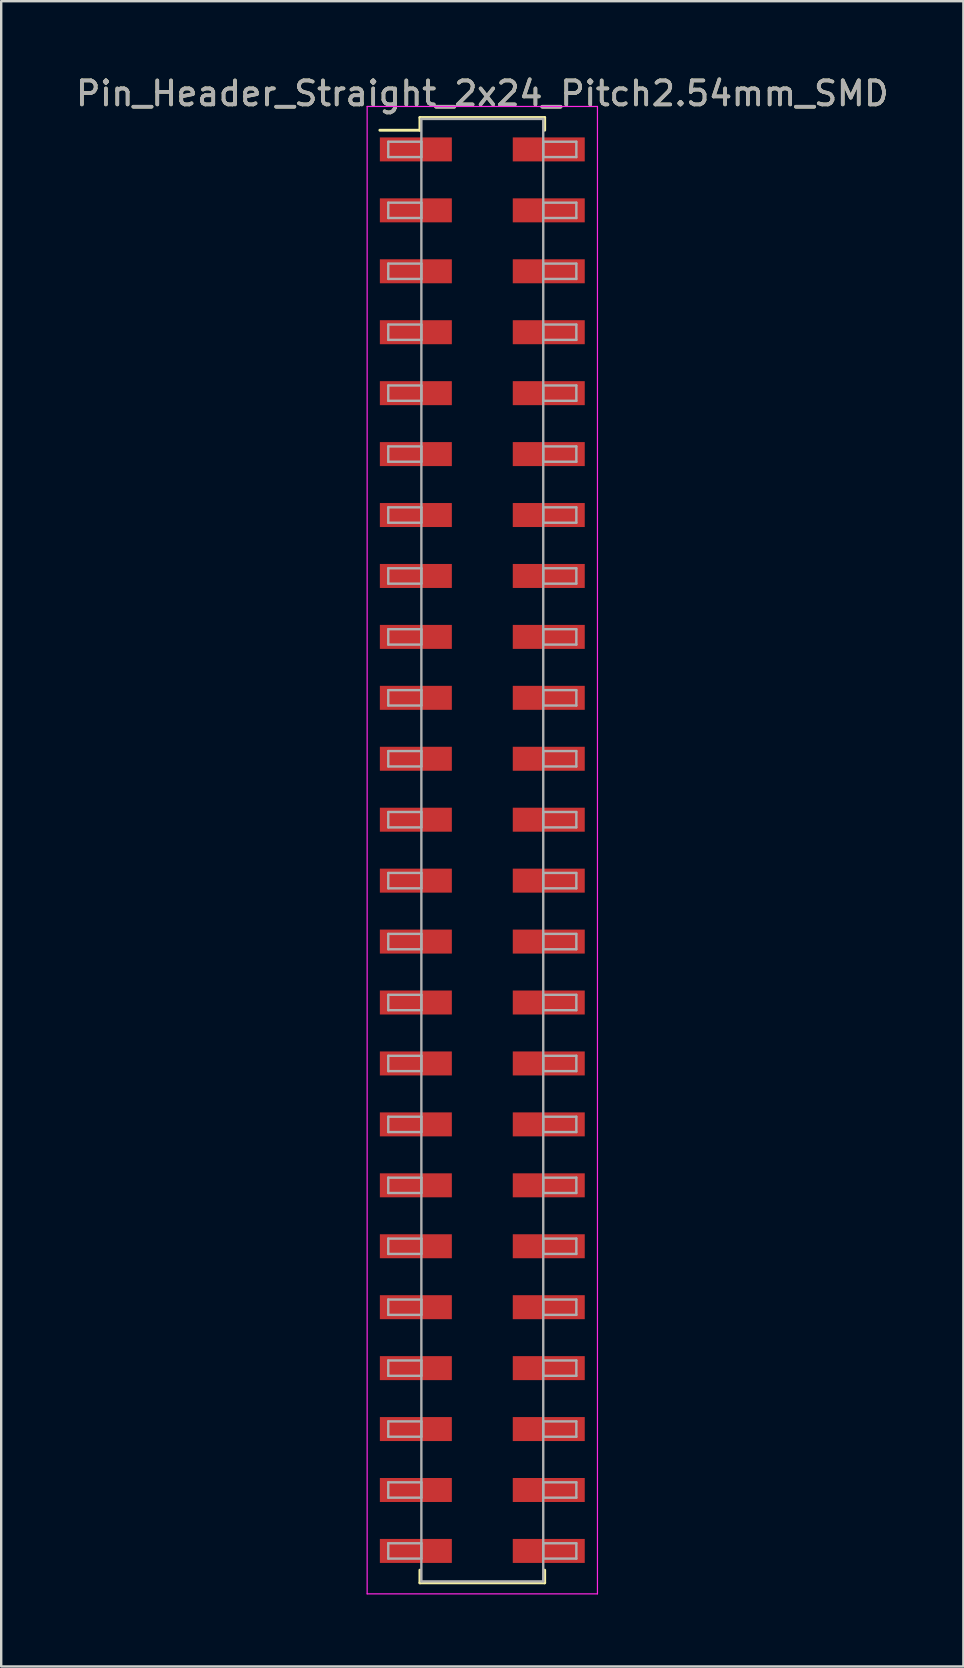
<source format=kicad_pcb>
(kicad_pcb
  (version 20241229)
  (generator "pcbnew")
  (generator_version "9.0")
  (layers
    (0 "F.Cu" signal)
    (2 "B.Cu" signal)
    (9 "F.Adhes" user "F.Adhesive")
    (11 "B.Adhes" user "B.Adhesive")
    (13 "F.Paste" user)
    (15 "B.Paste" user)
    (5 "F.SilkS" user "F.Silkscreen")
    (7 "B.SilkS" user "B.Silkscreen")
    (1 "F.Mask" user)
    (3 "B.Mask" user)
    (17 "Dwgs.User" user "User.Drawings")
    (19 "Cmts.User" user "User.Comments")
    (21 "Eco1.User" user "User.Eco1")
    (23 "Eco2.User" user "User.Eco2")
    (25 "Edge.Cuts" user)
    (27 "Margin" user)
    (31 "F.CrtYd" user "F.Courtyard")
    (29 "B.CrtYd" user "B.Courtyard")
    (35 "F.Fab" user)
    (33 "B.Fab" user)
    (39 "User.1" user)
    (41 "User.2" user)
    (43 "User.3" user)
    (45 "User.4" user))
  (footprint "Pin_Header_Straight_2x24_Pitch2.54mm_SMD"
    (layer "F.Cu")
    (at 17.054 32.388)
    (property "Reference" "Pin_Header_Straight_2x24_Pitch2.54mm_SMD" (at 0 -31.54 0) (layer "F.SilkS") (effects (font (size 1 1) (thickness 0.15))))
    (attr smd)
    (fp_line (start -4.27 -30.01) (end -2.6 -30.01) (stroke (width 0.12) (type solid)) (layer "F.SilkS"))
    (fp_line (start -2.6 -30.54) (end 2.6 -30.54) (stroke (width 0.12) (type solid)) (layer "F.SilkS"))
    (fp_line (start -2.6 -30.01) (end -2.6 -30.54) (stroke (width 0.12) (type solid)) (layer "F.SilkS"))
    (fp_line (start -2.6 30.01) (end -2.6 30.54) (stroke (width 0.12) (type solid)) (layer "F.SilkS"))
    (fp_line (start -2.6 30.54) (end 2.6 30.54) (stroke (width 0.12) (type solid)) (layer "F.SilkS"))
    (fp_line (start 2.6 -30.54) (end 2.6 -30.01) (stroke (width 0.12) (type solid)) (layer "F.SilkS"))
    (fp_line (start 2.6 30.54) (end 2.6 30.01) (stroke (width 0.12) (type solid)) (layer "F.SilkS"))
    (fp_line (start -4.8 -31) (end -4.8 31) (stroke (width 0.05) (type solid)) (layer "F.CrtYd"))
    (fp_line (start -4.8 31) (end 4.8 31) (stroke (width 0.05) (type solid)) (layer "F.CrtYd"))
    (fp_line (start 4.8 -31) (end -4.8 -31) (stroke (width 0.05) (type solid)) (layer "F.CrtYd"))
    (fp_line (start 4.8 31) (end 4.8 -31) (stroke (width 0.05) (type solid)) (layer "F.CrtYd"))
    (fp_line (start -3.92 -29.53) (end -2.54 -29.53) (stroke (width 0.1) (type solid)) (layer "F.Fab"))
    (fp_line (start -3.92 -28.89) (end -3.92 -29.53) (stroke (width 0.1) (type solid)) (layer "F.Fab"))
    (fp_line (start -3.92 -26.99) (end -2.54 -26.99) (stroke (width 0.1) (type solid)) (layer "F.Fab"))
    (fp_line (start -3.92 -26.35) (end -3.92 -26.99) (stroke (width 0.1) (type solid)) (layer "F.Fab"))
    (fp_line (start -3.92 -24.45) (end -2.54 -24.45) (stroke (width 0.1) (type solid)) (layer "F.Fab"))
    (fp_line (start -3.92 -23.81) (end -3.92 -24.45) (stroke (width 0.1) (type solid)) (layer "F.Fab"))
    (fp_line (start -3.92 -21.91) (end -2.54 -21.91) (stroke (width 0.1) (type solid)) (layer "F.Fab"))
    (fp_line (start -3.92 -21.27) (end -3.92 -21.91) (stroke (width 0.1) (type solid)) (layer "F.Fab"))
    (fp_line (start -3.92 -19.37) (end -2.54 -19.37) (stroke (width 0.1) (type solid)) (layer "F.Fab"))
    (fp_line (start -3.92 -18.73) (end -3.92 -19.37) (stroke (width 0.1) (type solid)) (layer "F.Fab"))
    (fp_line (start -3.92 -16.83) (end -2.54 -16.83) (stroke (width 0.1) (type solid)) (layer "F.Fab"))
    (fp_line (start -3.92 -16.19) (end -3.92 -16.83) (stroke (width 0.1) (type solid)) (layer "F.Fab"))
    (fp_line (start -3.92 -14.29) (end -2.54 -14.29) (stroke (width 0.1) (type solid)) (layer "F.Fab"))
    (fp_line (start -3.92 -13.65) (end -3.92 -14.29) (stroke (width 0.1) (type solid)) (layer "F.Fab"))
    (fp_line (start -3.92 -11.75) (end -2.54 -11.75) (stroke (width 0.1) (type solid)) (layer "F.Fab"))
    (fp_line (start -3.92 -11.11) (end -3.92 -11.75) (stroke (width 0.1) (type solid)) (layer "F.Fab"))
    (fp_line (start -3.92 -9.21) (end -2.54 -9.21) (stroke (width 0.1) (type solid)) (layer "F.Fab"))
    (fp_line (start -3.92 -8.57) (end -3.92 -9.21) (stroke (width 0.1) (type solid)) (layer "F.Fab"))
    (fp_line (start -3.92 -6.67) (end -2.54 -6.67) (stroke (width 0.1) (type solid)) (layer "F.Fab"))
    (fp_line (start -3.92 -6.03) (end -3.92 -6.67) (stroke (width 0.1) (type solid)) (layer "F.Fab"))
    (fp_line (start -3.92 -4.13) (end -2.54 -4.13) (stroke (width 0.1) (type solid)) (layer "F.Fab"))
    (fp_line (start -3.92 -3.49) (end -3.92 -4.13) (stroke (width 0.1) (type solid)) (layer "F.Fab"))
    (fp_line (start -3.92 -1.59) (end -2.54 -1.59) (stroke (width 0.1) (type solid)) (layer "F.Fab"))
    (fp_line (start -3.92 -0.95) (end -3.92 -1.59) (stroke (width 0.1) (type solid)) (layer "F.Fab"))
    (fp_line (start -3.92 0.95) (end -2.54 0.95) (stroke (width 0.1) (type solid)) (layer "F.Fab"))
    (fp_line (start -3.92 1.59) (end -3.92 0.95) (stroke (width 0.1) (type solid)) (layer "F.Fab"))
    (fp_line (start -3.92 3.49) (end -2.54 3.49) (stroke (width 0.1) (type solid)) (layer "F.Fab"))
    (fp_line (start -3.92 4.13) (end -3.92 3.49) (stroke (width 0.1) (type solid)) (layer "F.Fab"))
    (fp_line (start -3.92 6.03) (end -2.54 6.03) (stroke (width 0.1) (type solid)) (layer "F.Fab"))
    (fp_line (start -3.92 6.67) (end -3.92 6.03) (stroke (width 0.1) (type solid)) (layer "F.Fab"))
    (fp_line (start -3.92 8.57) (end -2.54 8.57) (stroke (width 0.1) (type solid)) (layer "F.Fab"))
    (fp_line (start -3.92 9.21) (end -3.92 8.57) (stroke (width 0.1) (type solid)) (layer "F.Fab"))
    (fp_line (start -3.92 11.11) (end -2.54 11.11) (stroke (width 0.1) (type solid)) (layer "F.Fab"))
    (fp_line (start -3.92 11.75) (end -3.92 11.11) (stroke (width 0.1) (type solid)) (layer "F.Fab"))
    (fp_line (start -3.92 13.65) (end -2.54 13.65) (stroke (width 0.1) (type solid)) (layer "F.Fab"))
    (fp_line (start -3.92 14.29) (end -3.92 13.65) (stroke (width 0.1) (type solid)) (layer "F.Fab"))
    (fp_line (start -3.92 16.19) (end -2.54 16.19) (stroke (width 0.1) (type solid)) (layer "F.Fab"))
    (fp_line (start -3.92 16.83) (end -3.92 16.19) (stroke (width 0.1) (type solid)) (layer "F.Fab"))
    (fp_line (start -3.92 18.73) (end -2.54 18.73) (stroke (width 0.1) (type solid)) (layer "F.Fab"))
    (fp_line (start -3.92 19.37) (end -3.92 18.73) (stroke (width 0.1) (type solid)) (layer "F.Fab"))
    (fp_line (start -3.92 21.27) (end -2.54 21.27) (stroke (width 0.1) (type solid)) (layer "F.Fab"))
    (fp_line (start -3.92 21.91) (end -3.92 21.27) (stroke (width 0.1) (type solid)) (layer "F.Fab"))
    (fp_line (start -3.92 23.81) (end -2.54 23.81) (stroke (width 0.1) (type solid)) (layer "F.Fab"))
    (fp_line (start -3.92 24.45) (end -3.92 23.81) (stroke (width 0.1) (type solid)) (layer "F.Fab"))
    (fp_line (start -3.92 26.35) (end -2.54 26.35) (stroke (width 0.1) (type solid)) (layer "F.Fab"))
    (fp_line (start -3.92 26.99) (end -3.92 26.35) (stroke (width 0.1) (type solid)) (layer "F.Fab"))
    (fp_line (start -3.92 28.89) (end -2.54 28.89) (stroke (width 0.1) (type solid)) (layer "F.Fab"))
    (fp_line (start -3.92 29.53) (end -3.92 28.89) (stroke (width 0.1) (type solid)) (layer "F.Fab"))
    (fp_line (start -2.54 -30.48) (end -2.54 30.48) (stroke (width 0.1) (type solid)) (layer "F.Fab"))
    (fp_line (start -2.54 -29.53) (end -2.54 -28.89) (stroke (width 0.1) (type solid)) (layer "F.Fab"))
    (fp_line (start -2.54 -28.89) (end -3.92 -28.89) (stroke (width 0.1) (type solid)) (layer "F.Fab"))
    (fp_line (start -2.54 -26.99) (end -2.54 -26.35) (stroke (width 0.1) (type solid)) (layer "F.Fab"))
    (fp_line (start -2.54 -26.35) (end -3.92 -26.35) (stroke (width 0.1) (type solid)) (layer "F.Fab"))
    (fp_line (start -2.54 -24.45) (end -2.54 -23.81) (stroke (width 0.1) (type solid)) (layer "F.Fab"))
    (fp_line (start -2.54 -23.81) (end -3.92 -23.81) (stroke (width 0.1) (type solid)) (layer "F.Fab"))
    (fp_line (start -2.54 -21.91) (end -2.54 -21.27) (stroke (width 0.1) (type solid)) (layer "F.Fab"))
    (fp_line (start -2.54 -21.27) (end -3.92 -21.27) (stroke (width 0.1) (type solid)) (layer "F.Fab"))
    (fp_line (start -2.54 -19.37) (end -2.54 -18.73) (stroke (width 0.1) (type solid)) (layer "F.Fab"))
    (fp_line (start -2.54 -18.73) (end -3.92 -18.73) (stroke (width 0.1) (type solid)) (layer "F.Fab"))
    (fp_line (start -2.54 -16.83) (end -2.54 -16.19) (stroke (width 0.1) (type solid)) (layer "F.Fab"))
    (fp_line (start -2.54 -16.19) (end -3.92 -16.19) (stroke (width 0.1) (type solid)) (layer "F.Fab"))
    (fp_line (start -2.54 -14.29) (end -2.54 -13.65) (stroke (width 0.1) (type solid)) (layer "F.Fab"))
    (fp_line (start -2.54 -13.65) (end -3.92 -13.65) (stroke (width 0.1) (type solid)) (layer "F.Fab"))
    (fp_line (start -2.54 -11.75) (end -2.54 -11.11) (stroke (width 0.1) (type solid)) (layer "F.Fab"))
    (fp_line (start -2.54 -11.11) (end -3.92 -11.11) (stroke (width 0.1) (type solid)) (layer "F.Fab"))
    (fp_line (start -2.54 -9.21) (end -2.54 -8.57) (stroke (width 0.1) (type solid)) (layer "F.Fab"))
    (fp_line (start -2.54 -8.57) (end -3.92 -8.57) (stroke (width 0.1) (type solid)) (layer "F.Fab"))
    (fp_line (start -2.54 -6.67) (end -2.54 -6.03) (stroke (width 0.1) (type solid)) (layer "F.Fab"))
    (fp_line (start -2.54 -6.03) (end -3.92 -6.03) (stroke (width 0.1) (type solid)) (layer "F.Fab"))
    (fp_line (start -2.54 -4.13) (end -2.54 -3.49) (stroke (width 0.1) (type solid)) (layer "F.Fab"))
    (fp_line (start -2.54 -3.49) (end -3.92 -3.49) (stroke (width 0.1) (type solid)) (layer "F.Fab"))
    (fp_line (start -2.54 -1.59) (end -2.54 -0.95) (stroke (width 0.1) (type solid)) (layer "F.Fab"))
    (fp_line (start -2.54 -0.95) (end -3.92 -0.95) (stroke (width 0.1) (type solid)) (layer "F.Fab"))
    (fp_line (start -2.54 0.95) (end -2.54 1.59) (stroke (width 0.1) (type solid)) (layer "F.Fab"))
    (fp_line (start -2.54 1.59) (end -3.92 1.59) (stroke (width 0.1) (type solid)) (layer "F.Fab"))
    (fp_line (start -2.54 3.49) (end -2.54 4.13) (stroke (width 0.1) (type solid)) (layer "F.Fab"))
    (fp_line (start -2.54 4.13) (end -3.92 4.13) (stroke (width 0.1) (type solid)) (layer "F.Fab"))
    (fp_line (start -2.54 6.03) (end -2.54 6.67) (stroke (width 0.1) (type solid)) (layer "F.Fab"))
    (fp_line (start -2.54 6.67) (end -3.92 6.67) (stroke (width 0.1) (type solid)) (layer "F.Fab"))
    (fp_line (start -2.54 8.57) (end -2.54 9.21) (stroke (width 0.1) (type solid)) (layer "F.Fab"))
    (fp_line (start -2.54 9.21) (end -3.92 9.21) (stroke (width 0.1) (type solid)) (layer "F.Fab"))
    (fp_line (start -2.54 11.11) (end -2.54 11.75) (stroke (width 0.1) (type solid)) (layer "F.Fab"))
    (fp_line (start -2.54 11.75) (end -3.92 11.75) (stroke (width 0.1) (type solid)) (layer "F.Fab"))
    (fp_line (start -2.54 13.65) (end -2.54 14.29) (stroke (width 0.1) (type solid)) (layer "F.Fab"))
    (fp_line (start -2.54 14.29) (end -3.92 14.29) (stroke (width 0.1) (type solid)) (layer "F.Fab"))
    (fp_line (start -2.54 16.19) (end -2.54 16.83) (stroke (width 0.1) (type solid)) (layer "F.Fab"))
    (fp_line (start -2.54 16.83) (end -3.92 16.83) (stroke (width 0.1) (type solid)) (layer "F.Fab"))
    (fp_line (start -2.54 18.73) (end -2.54 19.37) (stroke (width 0.1) (type solid)) (layer "F.Fab"))
    (fp_line (start -2.54 19.37) (end -3.92 19.37) (stroke (width 0.1) (type solid)) (layer "F.Fab"))
    (fp_line (start -2.54 21.27) (end -2.54 21.91) (stroke (width 0.1) (type solid)) (layer "F.Fab"))
    (fp_line (start -2.54 21.91) (end -3.92 21.91) (stroke (width 0.1) (type solid)) (layer "F.Fab"))
    (fp_line (start -2.54 23.81) (end -2.54 24.45) (stroke (width 0.1) (type solid)) (layer "F.Fab"))
    (fp_line (start -2.54 24.45) (end -3.92 24.45) (stroke (width 0.1) (type solid)) (layer "F.Fab"))
    (fp_line (start -2.54 26.35) (end -2.54 26.99) (stroke (width 0.1) (type solid)) (layer "F.Fab"))
    (fp_line (start -2.54 26.99) (end -3.92 26.99) (stroke (width 0.1) (type solid)) (layer "F.Fab"))
    (fp_line (start -2.54 28.89) (end -2.54 29.53) (stroke (width 0.1) (type solid)) (layer "F.Fab"))
    (fp_line (start -2.54 29.53) (end -3.92 29.53) (stroke (width 0.1) (type solid)) (layer "F.Fab"))
    (fp_line (start -2.54 30.48) (end 2.54 30.48) (stroke (width 0.1) (type solid)) (layer "F.Fab"))
    (fp_line (start 2.54 -30.48) (end -2.54 -30.48) (stroke (width 0.1) (type solid)) (layer "F.Fab"))
    (fp_line (start 2.54 -29.53) (end 2.54 -28.89) (stroke (width 0.1) (type solid)) (layer "F.Fab"))
    (fp_line (start 2.54 -28.89) (end 3.92 -28.89) (stroke (width 0.1) (type solid)) (layer "F.Fab"))
    (fp_line (start 2.54 -26.99) (end 2.54 -26.35) (stroke (width 0.1) (type solid)) (layer "F.Fab"))
    (fp_line (start 2.54 -26.35) (end 3.92 -26.35) (stroke (width 0.1) (type solid)) (layer "F.Fab"))
    (fp_line (start 2.54 -24.45) (end 2.54 -23.81) (stroke (width 0.1) (type solid)) (layer "F.Fab"))
    (fp_line (start 2.54 -23.81) (end 3.92 -23.81) (stroke (width 0.1) (type solid)) (layer "F.Fab"))
    (fp_line (start 2.54 -21.91) (end 2.54 -21.27) (stroke (width 0.1) (type solid)) (layer "F.Fab"))
    (fp_line (start 2.54 -21.27) (end 3.92 -21.27) (stroke (width 0.1) (type solid)) (layer "F.Fab"))
    (fp_line (start 2.54 -19.37) (end 2.54 -18.73) (stroke (width 0.1) (type solid)) (layer "F.Fab"))
    (fp_line (start 2.54 -18.73) (end 3.92 -18.73) (stroke (width 0.1) (type solid)) (layer "F.Fab"))
    (fp_line (start 2.54 -16.83) (end 2.54 -16.19) (stroke (width 0.1) (type solid)) (layer "F.Fab"))
    (fp_line (start 2.54 -16.19) (end 3.92 -16.19) (stroke (width 0.1) (type solid)) (layer "F.Fab"))
    (fp_line (start 2.54 -14.29) (end 2.54 -13.65) (stroke (width 0.1) (type solid)) (layer "F.Fab"))
    (fp_line (start 2.54 -13.65) (end 3.92 -13.65) (stroke (width 0.1) (type solid)) (layer "F.Fab"))
    (fp_line (start 2.54 -11.75) (end 2.54 -11.11) (stroke (width 0.1) (type solid)) (layer "F.Fab"))
    (fp_line (start 2.54 -11.11) (end 3.92 -11.11) (stroke (width 0.1) (type solid)) (layer "F.Fab"))
    (fp_line (start 2.54 -9.21) (end 2.54 -8.57) (stroke (width 0.1) (type solid)) (layer "F.Fab"))
    (fp_line (start 2.54 -8.57) (end 3.92 -8.57) (stroke (width 0.1) (type solid)) (layer "F.Fab"))
    (fp_line (start 2.54 -6.67) (end 2.54 -6.03) (stroke (width 0.1) (type solid)) (layer "F.Fab"))
    (fp_line (start 2.54 -6.03) (end 3.92 -6.03) (stroke (width 0.1) (type solid)) (layer "F.Fab"))
    (fp_line (start 2.54 -4.13) (end 2.54 -3.49) (stroke (width 0.1) (type solid)) (layer "F.Fab"))
    (fp_line (start 2.54 -3.49) (end 3.92 -3.49) (stroke (width 0.1) (type solid)) (layer "F.Fab"))
    (fp_line (start 2.54 -1.59) (end 2.54 -0.95) (stroke (width 0.1) (type solid)) (layer "F.Fab"))
    (fp_line (start 2.54 -0.95) (end 3.92 -0.95) (stroke (width 0.1) (type solid)) (layer "F.Fab"))
    (fp_line (start 2.54 0.95) (end 2.54 1.59) (stroke (width 0.1) (type solid)) (layer "F.Fab"))
    (fp_line (start 2.54 1.59) (end 3.92 1.59) (stroke (width 0.1) (type solid)) (layer "F.Fab"))
    (fp_line (start 2.54 3.49) (end 2.54 4.13) (stroke (width 0.1) (type solid)) (layer "F.Fab"))
    (fp_line (start 2.54 4.13) (end 3.92 4.13) (stroke (width 0.1) (type solid)) (layer "F.Fab"))
    (fp_line (start 2.54 6.03) (end 2.54 6.67) (stroke (width 0.1) (type solid)) (layer "F.Fab"))
    (fp_line (start 2.54 6.67) (end 3.92 6.67) (stroke (width 0.1) (type solid)) (layer "F.Fab"))
    (fp_line (start 2.54 8.57) (end 2.54 9.21) (stroke (width 0.1) (type solid)) (layer "F.Fab"))
    (fp_line (start 2.54 9.21) (end 3.92 9.21) (stroke (width 0.1) (type solid)) (layer "F.Fab"))
    (fp_line (start 2.54 11.11) (end 2.54 11.75) (stroke (width 0.1) (type solid)) (layer "F.Fab"))
    (fp_line (start 2.54 11.75) (end 3.92 11.75) (stroke (width 0.1) (type solid)) (layer "F.Fab"))
    (fp_line (start 2.54 13.65) (end 2.54 14.29) (stroke (width 0.1) (type solid)) (layer "F.Fab"))
    (fp_line (start 2.54 14.29) (end 3.92 14.29) (stroke (width 0.1) (type solid)) (layer "F.Fab"))
    (fp_line (start 2.54 16.19) (end 2.54 16.83) (stroke (width 0.1) (type solid)) (layer "F.Fab"))
    (fp_line (start 2.54 16.83) (end 3.92 16.83) (stroke (width 0.1) (type solid)) (layer "F.Fab"))
    (fp_line (start 2.54 18.73) (end 2.54 19.37) (stroke (width 0.1) (type solid)) (layer "F.Fab"))
    (fp_line (start 2.54 19.37) (end 3.92 19.37) (stroke (width 0.1) (type solid)) (layer "F.Fab"))
    (fp_line (start 2.54 21.27) (end 2.54 21.91) (stroke (width 0.1) (type solid)) (layer "F.Fab"))
    (fp_line (start 2.54 21.91) (end 3.92 21.91) (stroke (width 0.1) (type solid)) (layer "F.Fab"))
    (fp_line (start 2.54 23.81) (end 2.54 24.45) (stroke (width 0.1) (type solid)) (layer "F.Fab"))
    (fp_line (start 2.54 24.45) (end 3.92 24.45) (stroke (width 0.1) (type solid)) (layer "F.Fab"))
    (fp_line (start 2.54 26.35) (end 2.54 26.99) (stroke (width 0.1) (type solid)) (layer "F.Fab"))
    (fp_line (start 2.54 26.99) (end 3.92 26.99) (stroke (width 0.1) (type solid)) (layer "F.Fab"))
    (fp_line (start 2.54 28.89) (end 2.54 29.53) (stroke (width 0.1) (type solid)) (layer "F.Fab"))
    (fp_line (start 2.54 29.53) (end 3.92 29.53) (stroke (width 0.1) (type solid)) (layer "F.Fab"))
    (fp_line (start 2.54 30.48) (end 2.54 -30.48) (stroke (width 0.1) (type solid)) (layer "F.Fab"))
    (fp_line (start 3.92 -29.53) (end 2.54 -29.53) (stroke (width 0.1) (type solid)) (layer "F.Fab"))
    (fp_line (start 3.92 -28.89) (end 3.92 -29.53) (stroke (width 0.1) (type solid)) (layer "F.Fab"))
    (fp_line (start 3.92 -26.99) (end 2.54 -26.99) (stroke (width 0.1) (type solid)) (layer "F.Fab"))
    (fp_line (start 3.92 -26.35) (end 3.92 -26.99) (stroke (width 0.1) (type solid)) (layer "F.Fab"))
    (fp_line (start 3.92 -24.45) (end 2.54 -24.45) (stroke (width 0.1) (type solid)) (layer "F.Fab"))
    (fp_line (start 3.92 -23.81) (end 3.92 -24.45) (stroke (width 0.1) (type solid)) (layer "F.Fab"))
    (fp_line (start 3.92 -21.91) (end 2.54 -21.91) (stroke (width 0.1) (type solid)) (layer "F.Fab"))
    (fp_line (start 3.92 -21.27) (end 3.92 -21.91) (stroke (width 0.1) (type solid)) (layer "F.Fab"))
    (fp_line (start 3.92 -19.37) (end 2.54 -19.37) (stroke (width 0.1) (type solid)) (layer "F.Fab"))
    (fp_line (start 3.92 -18.73) (end 3.92 -19.37) (stroke (width 0.1) (type solid)) (layer "F.Fab"))
    (fp_line (start 3.92 -16.83) (end 2.54 -16.83) (stroke (width 0.1) (type solid)) (layer "F.Fab"))
    (fp_line (start 3.92 -16.19) (end 3.92 -16.83) (stroke (width 0.1) (type solid)) (layer "F.Fab"))
    (fp_line (start 3.92 -14.29) (end 2.54 -14.29) (stroke (width 0.1) (type solid)) (layer "F.Fab"))
    (fp_line (start 3.92 -13.65) (end 3.92 -14.29) (stroke (width 0.1) (type solid)) (layer "F.Fab"))
    (fp_line (start 3.92 -11.75) (end 2.54 -11.75) (stroke (width 0.1) (type solid)) (layer "F.Fab"))
    (fp_line (start 3.92 -11.11) (end 3.92 -11.75) (stroke (width 0.1) (type solid)) (layer "F.Fab"))
    (fp_line (start 3.92 -9.21) (end 2.54 -9.21) (stroke (width 0.1) (type solid)) (layer "F.Fab"))
    (fp_line (start 3.92 -8.57) (end 3.92 -9.21) (stroke (width 0.1) (type solid)) (layer "F.Fab"))
    (fp_line (start 3.92 -6.67) (end 2.54 -6.67) (stroke (width 0.1) (type solid)) (layer "F.Fab"))
    (fp_line (start 3.92 -6.03) (end 3.92 -6.67) (stroke (width 0.1) (type solid)) (layer "F.Fab"))
    (fp_line (start 3.92 -4.13) (end 2.54 -4.13) (stroke (width 0.1) (type solid)) (layer "F.Fab"))
    (fp_line (start 3.92 -3.49) (end 3.92 -4.13) (stroke (width 0.1) (type solid)) (layer "F.Fab"))
    (fp_line (start 3.92 -1.59) (end 2.54 -1.59) (stroke (width 0.1) (type solid)) (layer "F.Fab"))
    (fp_line (start 3.92 -0.95) (end 3.92 -1.59) (stroke (width 0.1) (type solid)) (layer "F.Fab"))
    (fp_line (start 3.92 0.95) (end 2.54 0.95) (stroke (width 0.1) (type solid)) (layer "F.Fab"))
    (fp_line (start 3.92 1.59) (end 3.92 0.95) (stroke (width 0.1) (type solid)) (layer "F.Fab"))
    (fp_line (start 3.92 3.49) (end 2.54 3.49) (stroke (width 0.1) (type solid)) (layer "F.Fab"))
    (fp_line (start 3.92 4.13) (end 3.92 3.49) (stroke (width 0.1) (type solid)) (layer "F.Fab"))
    (fp_line (start 3.92 6.03) (end 2.54 6.03) (stroke (width 0.1) (type solid)) (layer "F.Fab"))
    (fp_line (start 3.92 6.67) (end 3.92 6.03) (stroke (width 0.1) (type solid)) (layer "F.Fab"))
    (fp_line (start 3.92 8.57) (end 2.54 8.57) (stroke (width 0.1) (type solid)) (layer "F.Fab"))
    (fp_line (start 3.92 9.21) (end 3.92 8.57) (stroke (width 0.1) (type solid)) (layer "F.Fab"))
    (fp_line (start 3.92 11.11) (end 2.54 11.11) (stroke (width 0.1) (type solid)) (layer "F.Fab"))
    (fp_line (start 3.92 11.75) (end 3.92 11.11) (stroke (width 0.1) (type solid)) (layer "F.Fab"))
    (fp_line (start 3.92 13.65) (end 2.54 13.65) (stroke (width 0.1) (type solid)) (layer "F.Fab"))
    (fp_line (start 3.92 14.29) (end 3.92 13.65) (stroke (width 0.1) (type solid)) (layer "F.Fab"))
    (fp_line (start 3.92 16.19) (end 2.54 16.19) (stroke (width 0.1) (type solid)) (layer "F.Fab"))
    (fp_line (start 3.92 16.83) (end 3.92 16.19) (stroke (width 0.1) (type solid)) (layer "F.Fab"))
    (fp_line (start 3.92 18.73) (end 2.54 18.73) (stroke (width 0.1) (type solid)) (layer "F.Fab"))
    (fp_line (start 3.92 19.37) (end 3.92 18.73) (stroke (width 0.1) (type solid)) (layer "F.Fab"))
    (fp_line (start 3.92 21.27) (end 2.54 21.27) (stroke (width 0.1) (type solid)) (layer "F.Fab"))
    (fp_line (start 3.92 21.91) (end 3.92 21.27) (stroke (width 0.1) (type solid)) (layer "F.Fab"))
    (fp_line (start 3.92 23.81) (end 2.54 23.81) (stroke (width 0.1) (type solid)) (layer "F.Fab"))
    (fp_line (start 3.92 24.45) (end 3.92 23.81) (stroke (width 0.1) (type solid)) (layer "F.Fab"))
    (fp_line (start 3.92 26.35) (end 2.54 26.35) (stroke (width 0.1) (type solid)) (layer "F.Fab"))
    (fp_line (start 3.92 26.99) (end 3.92 26.35) (stroke (width 0.1) (type solid)) (layer "F.Fab"))
    (fp_line (start 3.92 28.89) (end 2.54 28.89) (stroke (width 0.1) (type solid)) (layer "F.Fab"))
    (fp_line (start 3.92 29.53) (end 3.92 28.89) (stroke (width 0.1) (type solid)) (layer "F.Fab"))
    (fp_text user "${REFERENCE}" (at 0 -31.54 0) (layer "F.Fab") (effects (font (size 1 1) (thickness 0.15))))
    (pad "1" smd rect (at -2.77 -29.21) (size 3 1) (layers "F.Cu" "F.Mask" "F.Paste"))
    (pad "2" smd rect (at 2.77 -29.21) (size 3 1) (layers "F.Cu" "F.Mask" "F.Paste"))
    (pad "3" smd rect (at -2.77 -26.67) (size 3 1) (layers "F.Cu" "F.Mask" "F.Paste"))
    (pad "4" smd rect (at 2.77 -26.67) (size 3 1) (layers "F.Cu" "F.Mask" "F.Paste"))
    (pad "5" smd rect (at -2.77 -24.13) (size 3 1) (layers "F.Cu" "F.Mask" "F.Paste"))
    (pad "6" smd rect (at 2.77 -24.13) (size 3 1) (layers "F.Cu" "F.Mask" "F.Paste"))
    (pad "7" smd rect (at -2.77 -21.59) (size 3 1) (layers "F.Cu" "F.Mask" "F.Paste"))
    (pad "8" smd rect (at 2.77 -21.59) (size 3 1) (layers "F.Cu" "F.Mask" "F.Paste"))
    (pad "9" smd rect (at -2.77 -19.05) (size 3 1) (layers "F.Cu" "F.Mask" "F.Paste"))
    (pad "10" smd rect (at 2.77 -19.05) (size 3 1) (layers "F.Cu" "F.Mask" "F.Paste"))
    (pad "11" smd rect (at -2.77 -16.51) (size 3 1) (layers "F.Cu" "F.Mask" "F.Paste"))
    (pad "12" smd rect (at 2.77 -16.51) (size 3 1) (layers "F.Cu" "F.Mask" "F.Paste"))
    (pad "13" smd rect (at -2.77 -13.97) (size 3 1) (layers "F.Cu" "F.Mask" "F.Paste"))
    (pad "14" smd rect (at 2.77 -13.97) (size 3 1) (layers "F.Cu" "F.Mask" "F.Paste"))
    (pad "15" smd rect (at -2.77 -11.43) (size 3 1) (layers "F.Cu" "F.Mask" "F.Paste"))
    (pad "16" smd rect (at 2.77 -11.43) (size 3 1) (layers "F.Cu" "F.Mask" "F.Paste"))
    (pad "17" smd rect (at -2.77 -8.89) (size 3 1) (layers "F.Cu" "F.Mask" "F.Paste"))
    (pad "18" smd rect (at 2.77 -8.89) (size 3 1) (layers "F.Cu" "F.Mask" "F.Paste"))
    (pad "19" smd rect (at -2.77 -6.35) (size 3 1) (layers "F.Cu" "F.Mask" "F.Paste"))
    (pad "20" smd rect (at 2.77 -6.35) (size 3 1) (layers "F.Cu" "F.Mask" "F.Paste"))
    (pad "21" smd rect (at -2.77 -3.81) (size 3 1) (layers "F.Cu" "F.Mask" "F.Paste"))
    (pad "22" smd rect (at 2.77 -3.81) (size 3 1) (layers "F.Cu" "F.Mask" "F.Paste"))
    (pad "23" smd rect (at -2.77 -1.27) (size 3 1) (layers "F.Cu" "F.Mask" "F.Paste"))
    (pad "24" smd rect (at 2.77 -1.27) (size 3 1) (layers "F.Cu" "F.Mask" "F.Paste"))
    (pad "25" smd rect (at -2.77 1.27) (size 3 1) (layers "F.Cu" "F.Mask" "F.Paste"))
    (pad "26" smd rect (at 2.77 1.27) (size 3 1) (layers "F.Cu" "F.Mask" "F.Paste"))
    (pad "27" smd rect (at -2.77 3.81) (size 3 1) (layers "F.Cu" "F.Mask" "F.Paste"))
    (pad "28" smd rect (at 2.77 3.81) (size 3 1) (layers "F.Cu" "F.Mask" "F.Paste"))
    (pad "29" smd rect (at -2.77 6.35) (size 3 1) (layers "F.Cu" "F.Mask" "F.Paste"))
    (pad "30" smd rect (at 2.77 6.35) (size 3 1) (layers "F.Cu" "F.Mask" "F.Paste"))
    (pad "31" smd rect (at -2.77 8.89) (size 3 1) (layers "F.Cu" "F.Mask" "F.Paste"))
    (pad "32" smd rect (at 2.77 8.89) (size 3 1) (layers "F.Cu" "F.Mask" "F.Paste"))
    (pad "33" smd rect (at -2.77 11.43) (size 3 1) (layers "F.Cu" "F.Mask" "F.Paste"))
    (pad "34" smd rect (at 2.77 11.43) (size 3 1) (layers "F.Cu" "F.Mask" "F.Paste"))
    (pad "35" smd rect (at -2.77 13.97) (size 3 1) (layers "F.Cu" "F.Mask" "F.Paste"))
    (pad "36" smd rect (at 2.77 13.97) (size 3 1) (layers "F.Cu" "F.Mask" "F.Paste"))
    (pad "37" smd rect (at -2.77 16.51) (size 3 1) (layers "F.Cu" "F.Mask" "F.Paste"))
    (pad "38" smd rect (at 2.77 16.51) (size 3 1) (layers "F.Cu" "F.Mask" "F.Paste"))
    (pad "39" smd rect (at -2.77 19.05) (size 3 1) (layers "F.Cu" "F.Mask" "F.Paste"))
    (pad "40" smd rect (at 2.77 19.05) (size 3 1) (layers "F.Cu" "F.Mask" "F.Paste"))
    (pad "41" smd rect (at -2.77 21.59) (size 3 1) (layers "F.Cu" "F.Mask" "F.Paste"))
    (pad "42" smd rect (at 2.77 21.59) (size 3 1) (layers "F.Cu" "F.Mask" "F.Paste"))
    (pad "43" smd rect (at -2.77 24.13) (size 3 1) (layers "F.Cu" "F.Mask" "F.Paste"))
    (pad "44" smd rect (at 2.77 24.13) (size 3 1) (layers "F.Cu" "F.Mask" "F.Paste"))
    (pad "45" smd rect (at -2.77 26.67) (size 3 1) (layers "F.Cu" "F.Mask" "F.Paste"))
    (pad "46" smd rect (at 2.77 26.67) (size 3 1) (layers "F.Cu" "F.Mask" "F.Paste"))
    (pad "47" smd rect (at -2.77 29.21) (size 3 1) (layers "F.Cu" "F.Mask" "F.Paste"))
    (pad "48" smd rect (at 2.77 29.21) (size 3 1) (layers "F.Cu" "F.Mask" "F.Paste")))
  (gr_rect
    (start -3 -3)
    (end 37.107 66.413)
    (stroke (width 0.1) (type default))
    (fill no)
    (layer "Edge.Cuts")))
</source>
